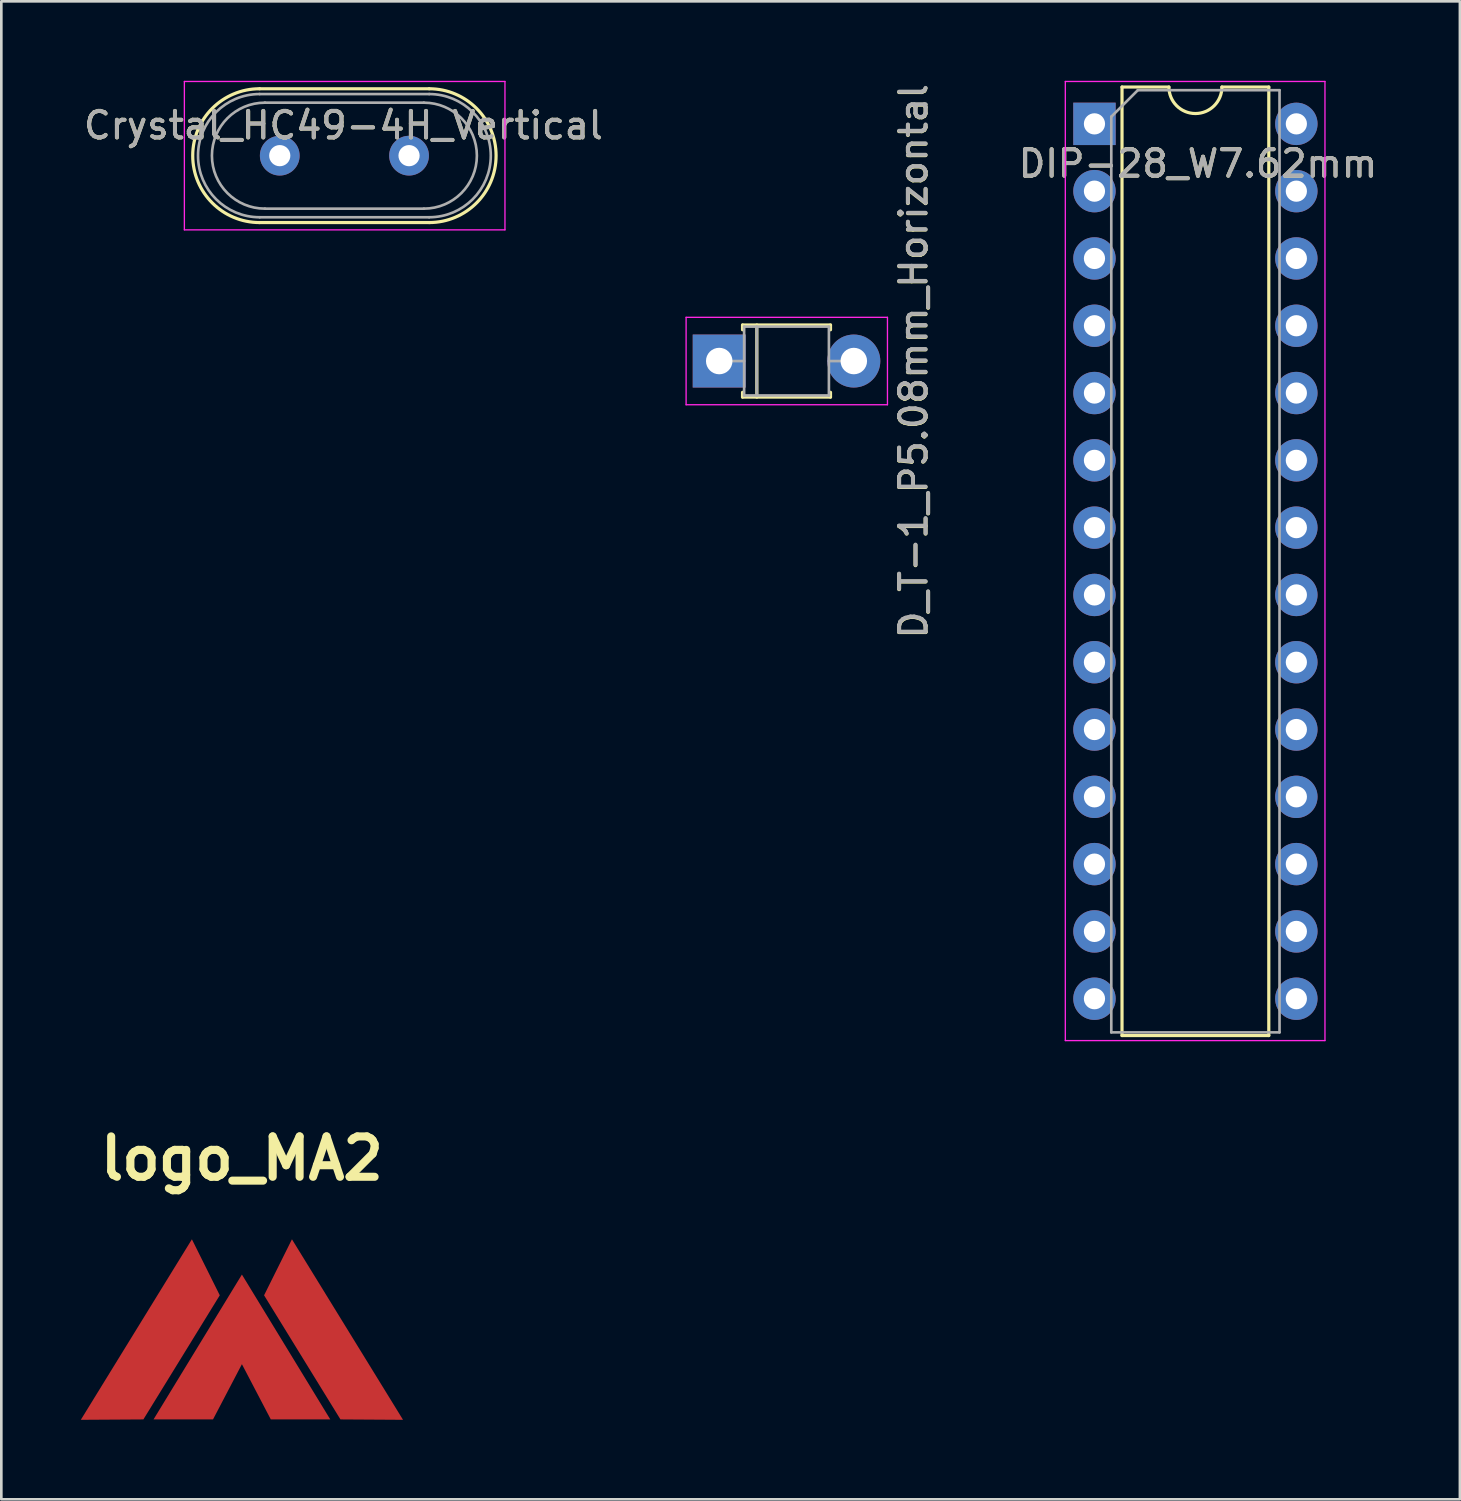
<source format=kicad_pcb>
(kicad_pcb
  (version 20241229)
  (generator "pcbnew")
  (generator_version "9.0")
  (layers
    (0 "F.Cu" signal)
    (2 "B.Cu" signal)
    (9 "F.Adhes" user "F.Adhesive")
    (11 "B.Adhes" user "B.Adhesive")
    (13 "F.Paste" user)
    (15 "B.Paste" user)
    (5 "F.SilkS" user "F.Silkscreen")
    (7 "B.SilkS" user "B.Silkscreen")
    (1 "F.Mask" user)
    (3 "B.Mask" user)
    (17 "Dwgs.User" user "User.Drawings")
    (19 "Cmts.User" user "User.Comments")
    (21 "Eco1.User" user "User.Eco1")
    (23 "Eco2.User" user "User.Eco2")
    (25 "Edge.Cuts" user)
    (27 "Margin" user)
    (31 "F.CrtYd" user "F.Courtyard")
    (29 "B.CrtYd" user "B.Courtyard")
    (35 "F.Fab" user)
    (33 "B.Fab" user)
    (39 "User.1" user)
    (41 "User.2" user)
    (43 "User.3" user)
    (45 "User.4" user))
  (footprint "Crystal_HC49-4H_Vertical"
    (layer "F.Cu")
    (at 7.509 2.825)
    (property "Reference" "Crystal_HC49-4H_Vertical" (at 2.402 -1.143 180) (layer "F.SilkS") (effects (font (size 1 1) (thickness 0.15))))
    (attr through_hole)
    (fp_line (start -0.76 -2.525) (end 5.64 -2.525) (stroke (width 0.12) (type solid)) (layer "F.SilkS"))
    (fp_line (start -0.76 2.525) (end 5.64 2.525) (stroke (width 0.12) (type solid)) (layer "F.SilkS"))
    (fp_arc (start -0.76 2.525) (mid -3.285 0) (end -0.76 -2.525) (stroke (width 0.12) (type solid)) (layer "F.SilkS"))
    (fp_arc (start 5.64 -2.525) (mid 8.165 0) (end 5.64 2.525) (stroke (width 0.12) (type solid)) (layer "F.SilkS"))
    (fp_line (start -3.6 -2.8) (end -3.6 2.8) (stroke (width 0.05) (type solid)) (layer "F.CrtYd"))
    (fp_line (start -3.6 2.8) (end 8.5 2.8) (stroke (width 0.05) (type solid)) (layer "F.CrtYd"))
    (fp_line (start 8.5 -2.8) (end -3.6 -2.8) (stroke (width 0.05) (type solid)) (layer "F.CrtYd"))
    (fp_line (start 8.5 2.8) (end 8.5 -2.8) (stroke (width 0.05) (type solid)) (layer "F.CrtYd"))
    (fp_line (start -0.76 -2.325) (end 5.64 -2.325) (stroke (width 0.1) (type solid)) (layer "F.Fab"))
    (fp_line (start -0.76 2.325) (end 5.64 2.325) (stroke (width 0.1) (type solid)) (layer "F.Fab"))
    (fp_line (start -0.56 -2) (end 5.44 -2) (stroke (width 0.1) (type solid)) (layer "F.Fab"))
    (fp_line (start -0.56 2) (end 5.44 2) (stroke (width 0.1) (type solid)) (layer "F.Fab"))
    (fp_arc (start -0.76 2.325) (mid -3.085 0) (end -0.76 -2.325) (stroke (width 0.1) (type solid)) (layer "F.Fab"))
    (fp_arc (start -0.56 2) (mid -2.56 0) (end -0.56 -2) (stroke (width 0.1) (type solid)) (layer "F.Fab"))
    (fp_arc (start 5.44 -2) (mid 7.44 0) (end 5.44 2) (stroke (width 0.1) (type solid)) (layer "F.Fab"))
    (fp_arc (start 5.64 -2.325) (mid 7.965 0) (end 5.64 2.325) (stroke (width 0.1) (type solid)) (layer "F.Fab"))
    (fp_text user "${REFERENCE}" (at 2.402 -1.143 180) (layer "F.Fab") (effects (font (size 1 1) (thickness 0.15))))
    (pad "1" thru_hole circle (at 0 0) (size 1.5 1.5) (drill 0.8) (layers "*.Cu" "*.Mask"))
    (pad "2" thru_hole circle (at 4.88 0) (size 1.5 1.5) (drill 0.8) (layers "*.Cu" "*.Mask")))
  (footprint "D_T-1_P5.08mm_Horizontal"
    (layer "F.Cu")
    (at 24.096 10.577)
    (property "Reference" "D_T-1_P5.08mm_Horizontal" (at 7.334 0.016 90) (layer "F.SilkS") (effects (font (size 1 1) (thickness 0.15))))
    (attr through_hole)
    (fp_line (start 0.88 -1.36) (end 4.2 -1.36) (stroke (width 0.12) (type solid)) (layer "F.SilkS"))
    (fp_line (start 0.88 -1.18) (end 0.88 -1.36) (stroke (width 0.12) (type solid)) (layer "F.SilkS"))
    (fp_line (start 0.88 1.18) (end 0.88 1.36) (stroke (width 0.12) (type solid)) (layer "F.SilkS"))
    (fp_line (start 0.88 1.36) (end 4.2 1.36) (stroke (width 0.12) (type solid)) (layer "F.SilkS"))
    (fp_line (start 1.42 -1.36) (end 1.42 1.36) (stroke (width 0.12) (type solid)) (layer "F.SilkS"))
    (fp_line (start 4.2 -1.36) (end 4.2 -1.18) (stroke (width 0.12) (type solid)) (layer "F.SilkS"))
    (fp_line (start 4.2 1.36) (end 4.2 1.18) (stroke (width 0.12) (type solid)) (layer "F.SilkS"))
    (fp_line (start -1.25 -1.65) (end -1.25 1.65) (stroke (width 0.05) (type solid)) (layer "F.CrtYd"))
    (fp_line (start -1.25 1.65) (end 6.35 1.65) (stroke (width 0.05) (type solid)) (layer "F.CrtYd"))
    (fp_line (start 6.35 -1.65) (end -1.25 -1.65) (stroke (width 0.05) (type solid)) (layer "F.CrtYd"))
    (fp_line (start 6.35 1.65) (end 6.35 -1.65) (stroke (width 0.05) (type solid)) (layer "F.CrtYd"))
    (fp_line (start 0 0) (end 0.94 0) (stroke (width 0.1) (type solid)) (layer "F.Fab"))
    (fp_line (start 0.94 -1.3) (end 0.94 1.3) (stroke (width 0.1) (type solid)) (layer "F.Fab"))
    (fp_line (start 0.94 1.3) (end 4.14 1.3) (stroke (width 0.1) (type solid)) (layer "F.Fab"))
    (fp_line (start 1.42 -1.3) (end 1.42 1.3) (stroke (width 0.1) (type solid)) (layer "F.Fab"))
    (fp_line (start 4.14 -1.3) (end 0.94 -1.3) (stroke (width 0.1) (type solid)) (layer "F.Fab"))
    (fp_line (start 4.14 1.3) (end 4.14 -1.3) (stroke (width 0.1) (type solid)) (layer "F.Fab"))
    (fp_line (start 5.08 0) (end 4.14 0) (stroke (width 0.1) (type solid)) (layer "F.Fab"))
    (fp_text user "${REFERENCE}" (at 7.334 0 90) (layer "F.Fab") (effects (font (size 1 1) (thickness 0.15))))
    (pad "1" thru_hole rect (at 0 0) (size 2 2) (drill 1) (layers "*.Cu" "*.Mask"))
    (pad "2" thru_hole oval (at 5.08 0) (size 2 2) (drill 1) (layers "*.Cu" "*.Mask")))
  (footprint "logo_MA2"
    (layer "F.Cu")
    (at 6.081 47.132)
    (property "Reference" "logo_MA2" (at 0 -6.455 0) (layer "F.SilkS") (effects (font (size 1.524 1.524) (thickness 0.305))))
    (attr smd)
    (fp_poly (pts (xy -0.836 -1.293) (xy -1.888 -3.407) (xy -6.081 3.407) (xy -3.719 3.392) (xy -0.836 -1.293)) (stroke (width 0) (type solid)) (fill yes) (layer "F.Cu"))
    (fp_poly (pts (xy 0.836 -1.293) (xy 1.888 -3.407) (xy 6.081 3.407) (xy 3.719 3.392) (xy 0.836 -1.293)) (stroke (width 0) (type solid)) (fill yes) (layer "F.Cu"))
    (fp_poly (pts (xy -0.000352 -2.076) (xy -3.336 3.392) (xy -1.091 3.392) (xy -0.000344 1.307) (xy 1.09 3.392) (xy 3.335 3.392) (xy -0.000352 -2.076)) (stroke (width 0) (type solid)) (fill yes) (layer "F.Cu"))
    (fp_poly (pts (xy -0.000352 -2.076) (xy -3.336 3.392) (xy -1.091 3.392) (xy -0.000344 1.307) (xy 1.09 3.392) (xy 3.335 3.392) (xy -0.000352 -2.076)) (stroke (width 0) (type solid)) (fill yes) (layer "F.Mask")))
  (footprint "DIP-28_W7.62mm"
    (layer "F.Cu")
    (at 38.259 1.625)
    (property "Reference" "DIP-28_W7.62mm" (at 3.907 1.502 0) (layer "F.SilkS") (effects (font (size 1 1) (thickness 0.15))))
    (attr through_hole)
    (fp_line (start 1.04 -1.39) (end 1.04 34.41) (stroke (width 0.12) (type solid)) (layer "F.SilkS"))
    (fp_line (start 1.04 34.41) (end 6.58 34.41) (stroke (width 0.12) (type solid)) (layer "F.SilkS"))
    (fp_line (start 2.81 -1.39) (end 1.04 -1.39) (stroke (width 0.12) (type solid)) (layer "F.SilkS"))
    (fp_line (start 6.58 -1.39) (end 4.81 -1.39) (stroke (width 0.12) (type solid)) (layer "F.SilkS"))
    (fp_line (start 6.58 34.41) (end 6.58 -1.39) (stroke (width 0.12) (type solid)) (layer "F.SilkS"))
    (fp_arc (start 4.81 -1.39) (mid 3.81 -0.39) (end 2.81 -1.39) (stroke (width 0.12) (type solid)) (layer "F.SilkS"))
    (fp_line (start -1.1 -1.6) (end -1.1 34.6) (stroke (width 0.05) (type solid)) (layer "F.CrtYd"))
    (fp_line (start -1.1 34.6) (end 8.7 34.6) (stroke (width 0.05) (type solid)) (layer "F.CrtYd"))
    (fp_line (start 8.7 -1.6) (end -1.1 -1.6) (stroke (width 0.05) (type solid)) (layer "F.CrtYd"))
    (fp_line (start 8.7 34.6) (end 8.7 -1.6) (stroke (width 0.05) (type solid)) (layer "F.CrtYd"))
    (fp_line (start 0.635 -0.27) (end 1.635 -1.27) (stroke (width 0.1) (type solid)) (layer "F.Fab"))
    (fp_line (start 0.635 34.29) (end 0.635 -0.27) (stroke (width 0.1) (type solid)) (layer "F.Fab"))
    (fp_line (start 1.635 -1.27) (end 6.985 -1.27) (stroke (width 0.1) (type solid)) (layer "F.Fab"))
    (fp_line (start 6.985 -1.27) (end 6.985 34.29) (stroke (width 0.1) (type solid)) (layer "F.Fab"))
    (fp_line (start 6.985 34.29) (end 0.635 34.29) (stroke (width 0.1) (type solid)) (layer "F.Fab"))
    (fp_text user "${REFERENCE}" (at 3.907 1.502 0) (layer "F.Fab") (effects (font (size 1 1) (thickness 0.15))))
    (pad "1" thru_hole rect (at 0 0) (size 1.6 1.6) (drill 0.8) (layers "*.Cu" "*.Mask"))
    (pad "2" thru_hole oval (at 0 2.54) (size 1.6 1.6) (drill 0.8) (layers "*.Cu" "*.Mask"))
    (pad "3" thru_hole oval (at 0 5.08) (size 1.6 1.6) (drill 0.8) (layers "*.Cu" "*.Mask"))
    (pad "4" thru_hole oval (at 0 7.62) (size 1.6 1.6) (drill 0.8) (layers "*.Cu" "*.Mask"))
    (pad "5" thru_hole oval (at 0 10.16) (size 1.6 1.6) (drill 0.8) (layers "*.Cu" "*.Mask"))
    (pad "6" thru_hole oval (at 0 12.7) (size 1.6 1.6) (drill 0.8) (layers "*.Cu" "*.Mask"))
    (pad "7" thru_hole oval (at 0 15.24) (size 1.6 1.6) (drill 0.8) (layers "*.Cu" "*.Mask"))
    (pad "8" thru_hole oval (at 0 17.78) (size 1.6 1.6) (drill 0.8) (layers "*.Cu" "*.Mask"))
    (pad "9" thru_hole oval (at 0 20.32) (size 1.6 1.6) (drill 0.8) (layers "*.Cu" "*.Mask"))
    (pad "10" thru_hole oval (at 0 22.86) (size 1.6 1.6) (drill 0.8) (layers "*.Cu" "*.Mask"))
    (pad "11" thru_hole oval (at 0 25.4) (size 1.6 1.6) (drill 0.8) (layers "*.Cu" "*.Mask"))
    (pad "12" thru_hole oval (at 0 27.94) (size 1.6 1.6) (drill 0.8) (layers "*.Cu" "*.Mask"))
    (pad "13" thru_hole oval (at 0 30.48) (size 1.6 1.6) (drill 0.8) (layers "*.Cu" "*.Mask"))
    (pad "14" thru_hole oval (at 0 33.02) (size 1.6 1.6) (drill 0.8) (layers "*.Cu" "*.Mask"))
    (pad "15" thru_hole oval (at 7.62 33.02) (size 1.6 1.6) (drill 0.8) (layers "*.Cu" "*.Mask"))
    (pad "16" thru_hole oval (at 7.62 30.48) (size 1.6 1.6) (drill 0.8) (layers "*.Cu" "*.Mask"))
    (pad "17" thru_hole oval (at 7.62 27.94) (size 1.6 1.6) (drill 0.8) (layers "*.Cu" "*.Mask"))
    (pad "18" thru_hole oval (at 7.62 25.4) (size 1.6 1.6) (drill 0.8) (layers "*.Cu" "*.Mask"))
    (pad "19" thru_hole oval (at 7.62 22.86) (size 1.6 1.6) (drill 0.8) (layers "*.Cu" "*.Mask"))
    (pad "20" thru_hole oval (at 7.62 20.32) (size 1.6 1.6) (drill 0.8) (layers "*.Cu" "*.Mask"))
    (pad "21" thru_hole oval (at 7.62 17.78) (size 1.6 1.6) (drill 0.8) (layers "*.Cu" "*.Mask"))
    (pad "22" thru_hole oval (at 7.62 15.24) (size 1.6 1.6) (drill 0.8) (layers "*.Cu" "*.Mask"))
    (pad "23" thru_hole oval (at 7.62 12.7) (size 1.6 1.6) (drill 0.8) (layers "*.Cu" "*.Mask"))
    (pad "24" thru_hole oval (at 7.62 10.16) (size 1.6 1.6) (drill 0.8) (layers "*.Cu" "*.Mask"))
    (pad "25" thru_hole oval (at 7.62 7.62) (size 1.6 1.6) (drill 0.8) (layers "*.Cu" "*.Mask"))
    (pad "26" thru_hole oval (at 7.62 5.08) (size 1.6 1.6) (drill 0.8) (layers "*.Cu" "*.Mask"))
    (pad "27" thru_hole oval (at 7.62 2.54) (size 1.6 1.6) (drill 0.8) (layers "*.Cu" "*.Mask"))
    (pad "28" thru_hole oval (at 7.62 0) (size 1.6 1.6) (drill 0.8) (layers "*.Cu" "*.Mask")))
  (gr_rect
    (start -3 -3)
    (end 52.052 53.539)
    (stroke (width 0.1) (type default))
    (fill no)
    (layer "Edge.Cuts")))
</source>
